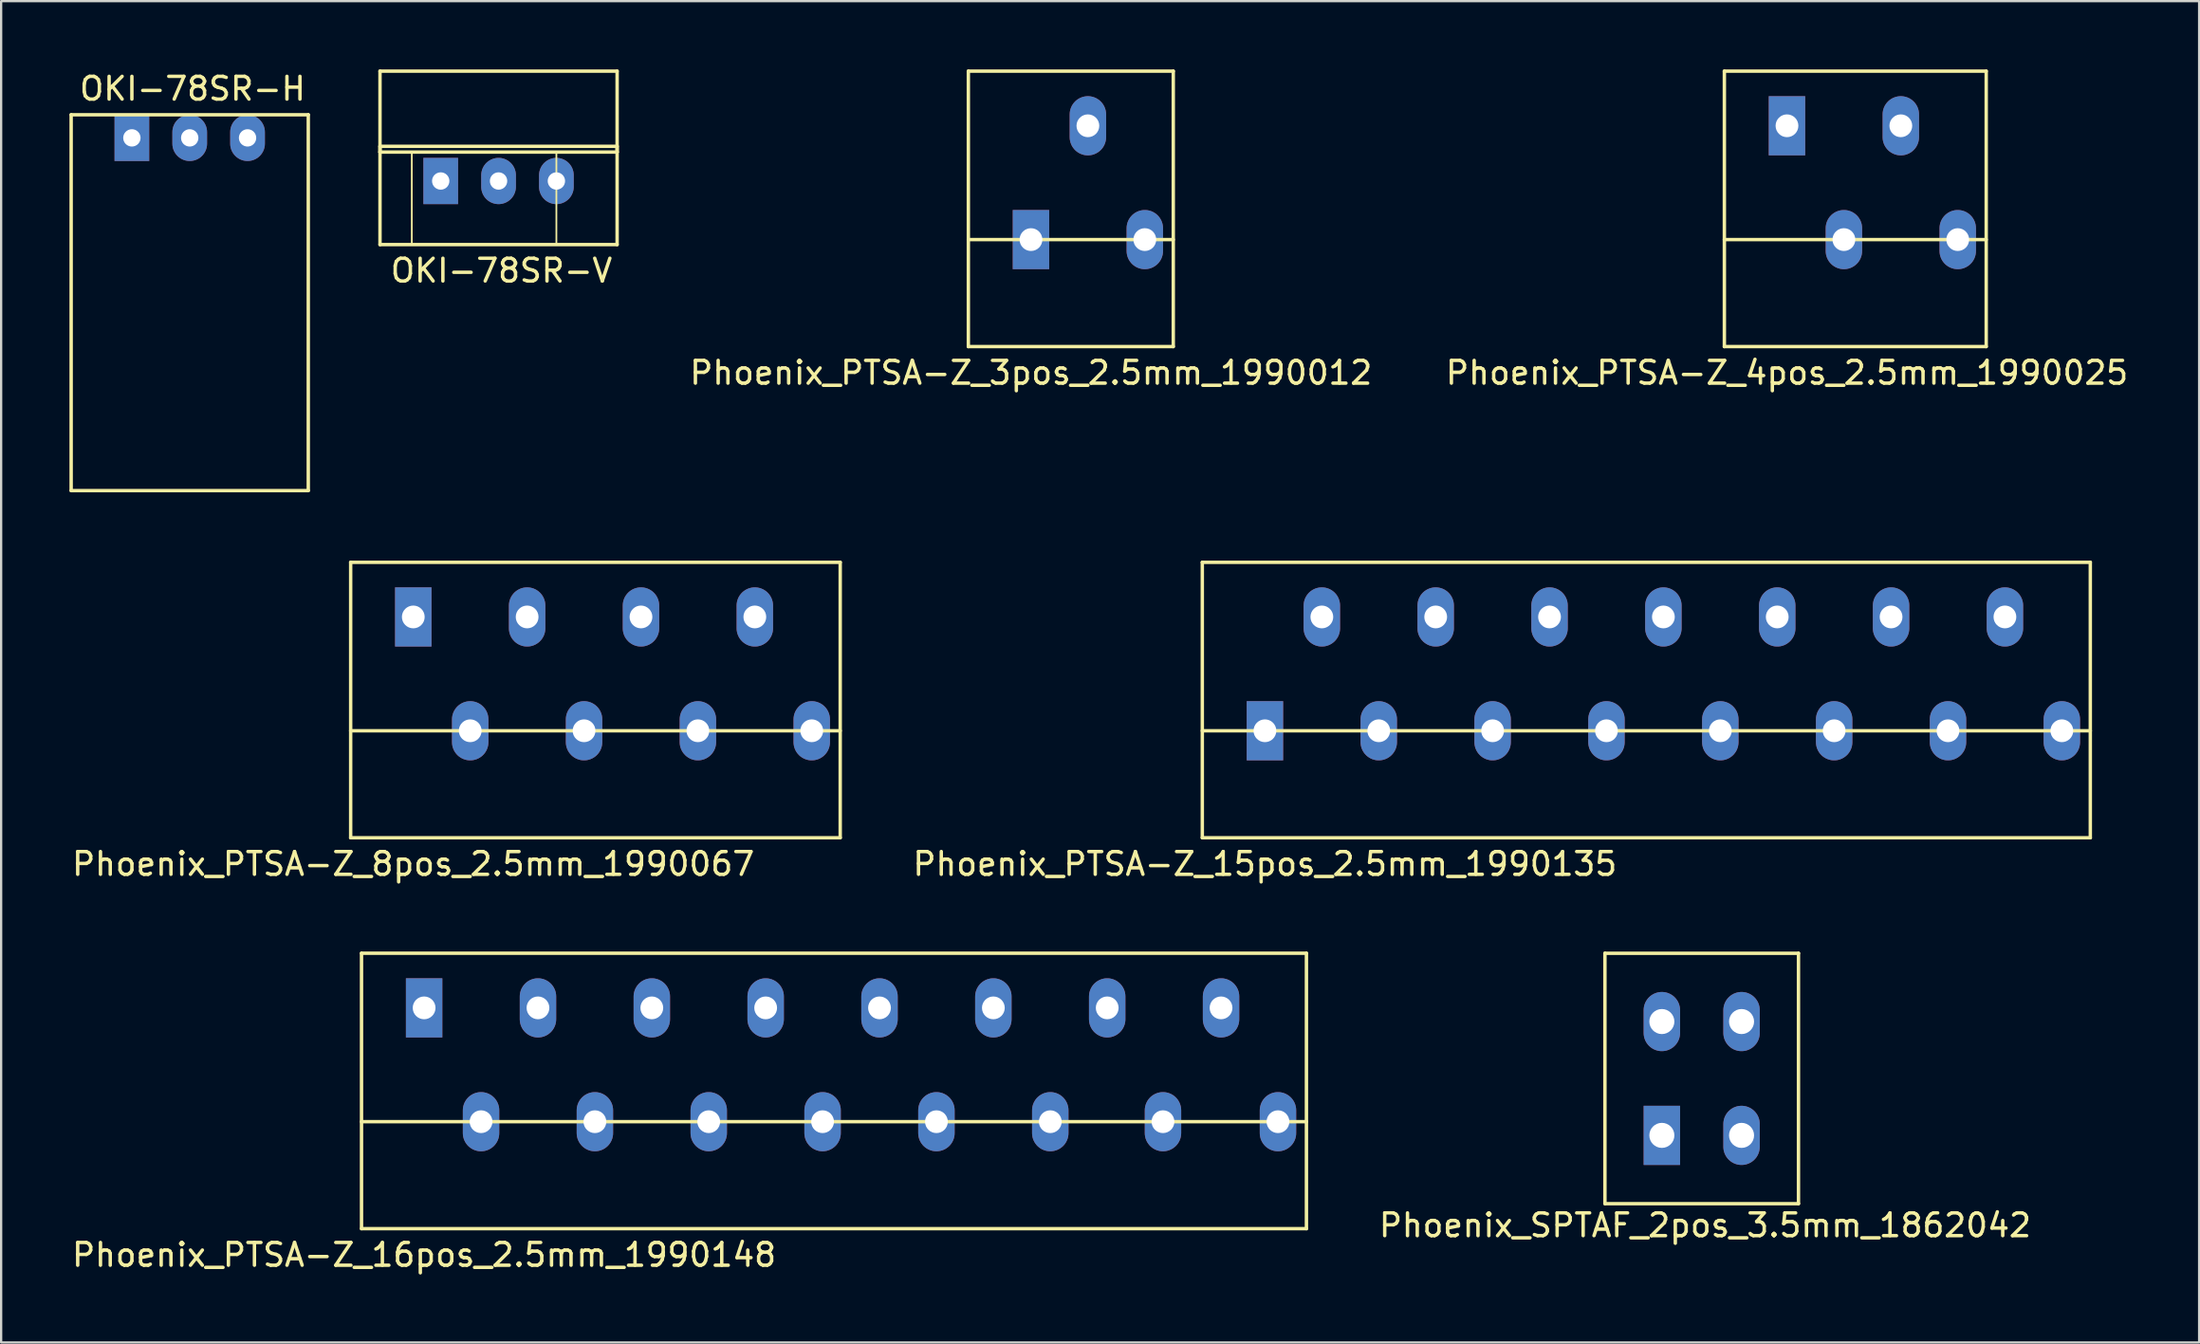
<source format=kicad_pcb>
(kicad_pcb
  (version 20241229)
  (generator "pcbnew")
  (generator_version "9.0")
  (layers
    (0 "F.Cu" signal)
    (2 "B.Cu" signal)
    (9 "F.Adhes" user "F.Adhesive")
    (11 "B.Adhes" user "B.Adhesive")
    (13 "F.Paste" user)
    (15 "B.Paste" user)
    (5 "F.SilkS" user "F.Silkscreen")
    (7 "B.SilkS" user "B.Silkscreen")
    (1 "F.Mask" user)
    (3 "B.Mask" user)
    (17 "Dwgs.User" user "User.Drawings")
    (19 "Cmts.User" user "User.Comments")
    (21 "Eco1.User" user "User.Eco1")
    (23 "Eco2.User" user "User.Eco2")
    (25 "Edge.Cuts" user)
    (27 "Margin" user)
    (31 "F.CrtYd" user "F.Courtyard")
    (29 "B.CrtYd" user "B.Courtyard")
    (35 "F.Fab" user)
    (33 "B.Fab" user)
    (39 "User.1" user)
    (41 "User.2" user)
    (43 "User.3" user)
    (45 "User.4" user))
  (footprint "Phoenix_PTSA-Z_16pos_2.5mm_1990148"
    (layer "F.Cu")
    (at 15.577 46.224)
    (property "Reference" "Phoenix_PTSA-Z_16pos_2.5mm_1990148" (at 0 5.85 0) (layer "F.SilkS") (effects (font (size 1 1) (thickness 0.15))))
    (attr through_hole)
    (fp_line (start -2.75 -7.4) (end 38.75 -7.4) (stroke (width 0.15) (type solid)) (layer "F.SilkS"))
    (fp_line (start -2.75 0) (end 38.75 0) (stroke (width 0.15) (type solid)) (layer "F.SilkS"))
    (fp_line (start -2.75 4.7) (end -2.75 -7.4) (stroke (width 0.15) (type solid)) (layer "F.SilkS"))
    (fp_line (start 38.75 -7.4) (end 38.75 4.7) (stroke (width 0.15) (type solid)) (layer "F.SilkS"))
    (fp_line (start 38.75 4.7) (end -2.75 4.7) (stroke (width 0.15) (type solid)) (layer "F.SilkS"))
    (pad "1" thru_hole rect (at 0 -5) (size 1.6 2.6) (drill 1) (layers "*.Cu" "*.Mask"))
    (pad "2" thru_hole oval (at 2.5 0) (size 1.6 2.6) (drill 1) (layers "*.Cu" "*.Mask"))
    (pad "3" thru_hole oval (at 5 -5) (size 1.6 2.6) (drill 1) (layers "*.Cu" "*.Mask"))
    (pad "4" thru_hole oval (at 7.5 0) (size 1.6 2.6) (drill 1) (layers "*.Cu" "*.Mask"))
    (pad "5" thru_hole oval (at 10 -5) (size 1.6 2.6) (drill 1) (layers "*.Cu" "*.Mask"))
    (pad "6" thru_hole oval (at 12.5 0) (size 1.6 2.6) (drill 1) (layers "*.Cu" "*.Mask"))
    (pad "7" thru_hole oval (at 15 -5) (size 1.6 2.6) (drill 1) (layers "*.Cu" "*.Mask"))
    (pad "8" thru_hole oval (at 17.5 0) (size 1.6 2.6) (drill 1) (layers "*.Cu" "*.Mask"))
    (pad "9" thru_hole oval (at 20 -5) (size 1.6 2.6) (drill 1) (layers "*.Cu" "*.Mask"))
    (pad "10" thru_hole oval (at 22.5 0) (size 1.6 2.6) (drill 1) (layers "*.Cu" "*.Mask"))
    (pad "11" thru_hole oval (at 25 -5) (size 1.6 2.6) (drill 1) (layers "*.Cu" "*.Mask"))
    (pad "12" thru_hole oval (at 27.5 0) (size 1.6 2.6) (drill 1) (layers "*.Cu" "*.Mask"))
    (pad "13" thru_hole oval (at 30 -5) (size 1.6 2.6) (drill 1) (layers "*.Cu" "*.Mask"))
    (pad "14" thru_hole oval (at 32.45 0) (size 1.6 2.6) (drill 1) (layers "*.Cu" "*.Mask"))
    (pad "15" thru_hole oval (at 35 -5) (size 1.6 2.6) (drill 1) (layers "*.Cu" "*.Mask"))
    (pad "16" thru_hole oval (at 37.5 0) (size 1.6 2.6) (drill 1) (layers "*.Cu" "*.Mask")))
  (footprint "Phoenix_PTSA-Z_4pos_2.5mm_1990025"
    (layer "F.Cu")
    (at 75.432 7.475)
    (property "Reference" "Phoenix_PTSA-Z_4pos_2.5mm_1990025" (at 0 5.85 0) (layer "F.SilkS") (effects (font (size 1 1) (thickness 0.15))))
    (attr through_hole)
    (fp_line (start -2.75 -7.4) (end 8.75 -7.4) (stroke (width 0.15) (type solid)) (layer "F.SilkS"))
    (fp_line (start -2.75 0) (end 8.75 0) (stroke (width 0.15) (type solid)) (layer "F.SilkS"))
    (fp_line (start -2.75 4.7) (end -2.75 -7.4) (stroke (width 0.15) (type solid)) (layer "F.SilkS"))
    (fp_line (start 8.75 -7.4) (end 8.75 4.7) (stroke (width 0.15) (type solid)) (layer "F.SilkS"))
    (fp_line (start 8.75 4.7) (end -2.75 4.7) (stroke (width 0.15) (type solid)) (layer "F.SilkS"))
    (pad "1" thru_hole rect (at 0 -5) (size 1.6 2.6) (drill 1) (layers "*.Cu" "*.Mask"))
    (pad "2" thru_hole oval (at 2.5 0) (size 1.6 2.6) (drill 1) (layers "*.Cu" "*.Mask"))
    (pad "3" thru_hole oval (at 5 -5) (size 1.6 2.6) (drill 1) (layers "*.Cu" "*.Mask"))
    (pad "4" thru_hole oval (at 7.5 0) (size 1.6 2.6) (drill 1) (layers "*.Cu" "*.Mask")))
  (footprint "OKI-78SR-H"
    (layer "F.Cu")
    (at 2.742 3.007)
    (property "Reference" "OKI-78SR-H" (at 2.667 -2.159 0) (layer "F.SilkS") (effects (font (size 1 1) (thickness 0.15))))
    (attr through_hole)
    (fp_line (start -2.667 -1.016) (end -2.667 15.494) (stroke (width 0.15) (type solid)) (layer "F.SilkS"))
    (fp_line (start -2.667 -1.016) (end 7.747 -1.016) (stroke (width 0.15) (type solid)) (layer "F.SilkS"))
    (fp_line (start -2.667 15.494) (end 7.747 15.494) (stroke (width 0.15) (type solid)) (layer "F.SilkS"))
    (fp_line (start 7.747 -1.016) (end 7.747 15.494) (stroke (width 0.15) (type solid)) (layer "F.SilkS"))
    (pad "1" thru_hole rect (at 0 0) (size 1.524 2.032) (drill 0.762) (layers "*.Cu" "*.Mask"))
    (pad "2" thru_hole oval (at 2.54 0) (size 1.524 2.032) (drill 0.762) (layers "*.Cu" "*.Mask"))
    (pad "3" thru_hole oval (at 5.08 0) (size 1.524 2.032) (drill 0.762) (layers "*.Cu" "*.Mask")))
  (footprint "Phoenix_SPTAF_2pos_3.5mm_1862042"
    (layer "F.Cu")
    (at 69.937 46.825)
    (property "Reference" "Phoenix_SPTAF_2pos_3.5mm_1862042" (at 1.9 3.95 0) (layer "F.SilkS") (effects (font (size 1 1) (thickness 0.15))))
    (attr through_hole)
    (fp_line (start -2.5 -8) (end 6 -8) (stroke (width 0.15) (type solid)) (layer "F.SilkS"))
    (fp_line (start -2.5 3) (end -2.5 -8) (stroke (width 0.15) (type solid)) (layer "F.SilkS"))
    (fp_line (start 6 3) (end -2.5 3) (stroke (width 0.15) (type solid)) (layer "F.SilkS"))
    (fp_line (start 6 3) (end 6 -8) (stroke (width 0.15) (type solid)) (layer "F.SilkS"))
    (pad "1" thru_hole oval (at 0 -5) (size 1.6 2.6) (drill 1.1) (layers "*.Cu" "*.Mask"))
    (pad "1" thru_hole rect (at 0 0) (size 1.6 2.6) (drill 1.1) (layers "*.Cu" "*.Mask"))
    (pad "2" thru_hole oval (at 3.5 -5) (size 1.6 2.6) (drill 1.1) (layers "*.Cu" "*.Mask"))
    (pad "2" thru_hole oval (at 3.5 0) (size 1.6 2.6) (drill 1.1) (layers "*.Cu" "*.Mask")))
  (footprint "Phoenix_PTSA-Z_8pos_2.5mm_1990067"
    (layer "F.Cu")
    (at 15.101 29.051)
    (property "Reference" "Phoenix_PTSA-Z_8pos_2.5mm_1990067" (at 0 5.85 0) (layer "F.SilkS") (effects (font (size 1 1) (thickness 0.15))))
    (attr through_hole)
    (fp_line (start -2.75 -7.4) (end 18.75 -7.4) (stroke (width 0.15) (type solid)) (layer "F.SilkS"))
    (fp_line (start -2.75 0) (end 18.75 0) (stroke (width 0.15) (type solid)) (layer "F.SilkS"))
    (fp_line (start -2.75 4.7) (end -2.75 -7.4) (stroke (width 0.15) (type solid)) (layer "F.SilkS"))
    (fp_line (start 18.75 -7.4) (end 18.75 4.7) (stroke (width 0.15) (type solid)) (layer "F.SilkS"))
    (fp_line (start 18.75 4.7) (end -2.75 4.7) (stroke (width 0.15) (type solid)) (layer "F.SilkS"))
    (pad "1" thru_hole rect (at 0 -5) (size 1.6 2.6) (drill 1) (layers "*.Cu" "*.Mask"))
    (pad "2" thru_hole oval (at 2.5 0) (size 1.6 2.6) (drill 1) (layers "*.Cu" "*.Mask"))
    (pad "3" thru_hole oval (at 5 -5) (size 1.6 2.6) (drill 1) (layers "*.Cu" "*.Mask"))
    (pad "4" thru_hole oval (at 7.5 0) (size 1.6 2.6) (drill 1) (layers "*.Cu" "*.Mask"))
    (pad "5" thru_hole oval (at 10 -5) (size 1.6 2.6) (drill 1) (layers "*.Cu" "*.Mask"))
    (pad "6" thru_hole oval (at 12.5 0) (size 1.6 2.6) (drill 1) (layers "*.Cu" "*.Mask"))
    (pad "7" thru_hole oval (at 15 -5) (size 1.6 2.6) (drill 1) (layers "*.Cu" "*.Mask"))
    (pad "8" thru_hole oval (at 17.5 0) (size 1.6 2.6) (drill 1) (layers "*.Cu" "*.Mask")))
  (footprint "Phoenix_PTSA-Z_3pos_2.5mm_1990012"
    (layer "F.Cu")
    (at 42.229 7.475)
    (property "Reference" "Phoenix_PTSA-Z_3pos_2.5mm_1990012" (at 0 5.85 0) (layer "F.SilkS") (effects (font (size 1 1) (thickness 0.15))))
    (attr through_hole)
    (fp_line (start -2.75 -7.4) (end 6.25 -7.4) (stroke (width 0.15) (type solid)) (layer "F.SilkS"))
    (fp_line (start -2.75 0) (end 6.25 0) (stroke (width 0.15) (type solid)) (layer "F.SilkS"))
    (fp_line (start -2.75 4.7) (end -2.75 -7.4) (stroke (width 0.15) (type solid)) (layer "F.SilkS"))
    (fp_line (start 6.25 -7.4) (end 6.25 4.7) (stroke (width 0.15) (type solid)) (layer "F.SilkS"))
    (fp_line (start 6.25 4.7) (end -2.75 4.7) (stroke (width 0.15) (type solid)) (layer "F.SilkS"))
    (pad "1" thru_hole rect (at 0 0) (size 1.6 2.6) (drill 1) (layers "*.Cu" "*.Mask"))
    (pad "2" thru_hole oval (at 2.5 -5) (size 1.6 2.6) (drill 1) (layers "*.Cu" "*.Mask"))
    (pad "3" thru_hole oval (at 5 0) (size 1.6 2.6) (drill 1) (layers "*.Cu" "*.Mask")))
  (footprint "OKI-78SR-V"
    (layer "F.Cu")
    (at 16.306 4.901)
    (property "Reference" "OKI-78SR-V" (at 2.667 3.937 0) (layer "F.SilkS") (effects (font (size 1 1) (thickness 0.15))))
    (attr through_hole)
    (fp_line (start -2.667 -4.826) (end 7.747 -4.826) (stroke (width 0.15) (type solid)) (layer "F.SilkS"))
    (fp_line (start -2.667 -1.524) (end -2.667 -1.27) (stroke (width 0.15) (type solid)) (layer "F.SilkS"))
    (fp_line (start -2.667 -1.27) (end -2.667 -4.826) (stroke (width 0.15) (type solid)) (layer "F.SilkS"))
    (fp_line (start -2.667 -1.27) (end -2.667 2.794) (stroke (width 0.15) (type solid)) (layer "F.SilkS"))
    (fp_line (start -2.667 -1.27) (end 7.747 -1.27) (stroke (width 0.15) (type solid)) (layer "F.SilkS"))
    (fp_line (start -2.667 2.794) (end 7.747 2.794) (stroke (width 0.15) (type solid)) (layer "F.SilkS"))
    (fp_line (start -1.27 -1.27) (end -1.27 2.794) (stroke (width 0.076) (type solid)) (layer "F.SilkS"))
    (fp_line (start 5.08 -1.27) (end 5.08 2.794) (stroke (width 0.076) (type solid)) (layer "F.SilkS"))
    (fp_line (start 7.747 -4.826) (end 7.747 -1.27) (stroke (width 0.15) (type solid)) (layer "F.SilkS"))
    (fp_line (start 7.747 -1.524) (end -2.667 -1.524) (stroke (width 0.15) (type solid)) (layer "F.SilkS"))
    (fp_line (start 7.747 -1.27) (end 7.747 -1.524) (stroke (width 0.15) (type solid)) (layer "F.SilkS"))
    (fp_line (start 7.747 2.794) (end 7.747 -1.27) (stroke (width 0.15) (type solid)) (layer "F.SilkS"))
    (pad "1" thru_hole rect (at 0 0) (size 1.524 2.032) (drill 0.762) (layers "*.Cu" "*.Mask"))
    (pad "2" thru_hole oval (at 2.54 0) (size 1.524 2.032) (drill 0.762) (layers "*.Cu" "*.Mask"))
    (pad "3" thru_hole oval (at 5.08 0) (size 1.524 2.032) (drill 0.762) (layers "*.Cu" "*.Mask")))
  (footprint "Phoenix_PTSA-Z_15pos_2.5mm_1990135"
    (layer "F.Cu")
    (at 52.504 29.051)
    (property "Reference" "Phoenix_PTSA-Z_15pos_2.5mm_1990135" (at 0 5.85 0) (layer "F.SilkS") (effects (font (size 1 1) (thickness 0.15))))
    (attr through_hole)
    (fp_line (start -2.75 -7.4) (end 36.25 -7.4) (stroke (width 0.15) (type solid)) (layer "F.SilkS"))
    (fp_line (start -2.75 0) (end 36.25 0) (stroke (width 0.15) (type solid)) (layer "F.SilkS"))
    (fp_line (start -2.75 4.7) (end -2.75 -7.4) (stroke (width 0.15) (type solid)) (layer "F.SilkS"))
    (fp_line (start 36.25 -7.4) (end 36.25 4.7) (stroke (width 0.15) (type solid)) (layer "F.SilkS"))
    (fp_line (start 36.25 4.7) (end -2.75 4.7) (stroke (width 0.15) (type solid)) (layer "F.SilkS"))
    (pad "1" thru_hole rect (at 0 0) (size 1.6 2.6) (drill 1) (layers "*.Cu" "*.Mask"))
    (pad "2" thru_hole oval (at 2.5 -5) (size 1.6 2.6) (drill 1) (layers "*.Cu" "*.Mask"))
    (pad "3" thru_hole oval (at 5 0) (size 1.6 2.6) (drill 1) (layers "*.Cu" "*.Mask"))
    (pad "4" thru_hole oval (at 7.5 -5) (size 1.6 2.6) (drill 1) (layers "*.Cu" "*.Mask"))
    (pad "5" thru_hole oval (at 10 0) (size 1.6 2.6) (drill 1) (layers "*.Cu" "*.Mask"))
    (pad "6" thru_hole oval (at 12.5 -5) (size 1.6 2.6) (drill 1) (layers "*.Cu" "*.Mask"))
    (pad "7" thru_hole oval (at 15 0) (size 1.6 2.6) (drill 1) (layers "*.Cu" "*.Mask"))
    (pad "8" thru_hole oval (at 17.5 -5) (size 1.6 2.6) (drill 1) (layers "*.Cu" "*.Mask"))
    (pad "9" thru_hole oval (at 20 0) (size 1.6 2.6) (drill 1) (layers "*.Cu" "*.Mask"))
    (pad "10" thru_hole oval (at 22.5 -5) (size 1.6 2.6) (drill 1) (layers "*.Cu" "*.Mask"))
    (pad "11" thru_hole oval (at 25 0) (size 1.6 2.6) (drill 1) (layers "*.Cu" "*.Mask"))
    (pad "12" thru_hole oval (at 27.5 -5) (size 1.6 2.6) (drill 1) (layers "*.Cu" "*.Mask"))
    (pad "13" thru_hole oval (at 30 0) (size 1.6 2.6) (drill 1) (layers "*.Cu" "*.Mask"))
    (pad "14" thru_hole oval (at 32.5 -5) (size 1.6 2.6) (drill 1) (layers "*.Cu" "*.Mask"))
    (pad "15" thru_hole oval (at 35 0) (size 1.6 2.6) (drill 1) (layers "*.Cu" "*.Mask")))
  (gr_rect
    (start -3 -3)
    (end 93.533 55.923)
    (stroke (width 0.1) (type default))
    (fill no)
    (layer "Edge.Cuts")))
</source>
